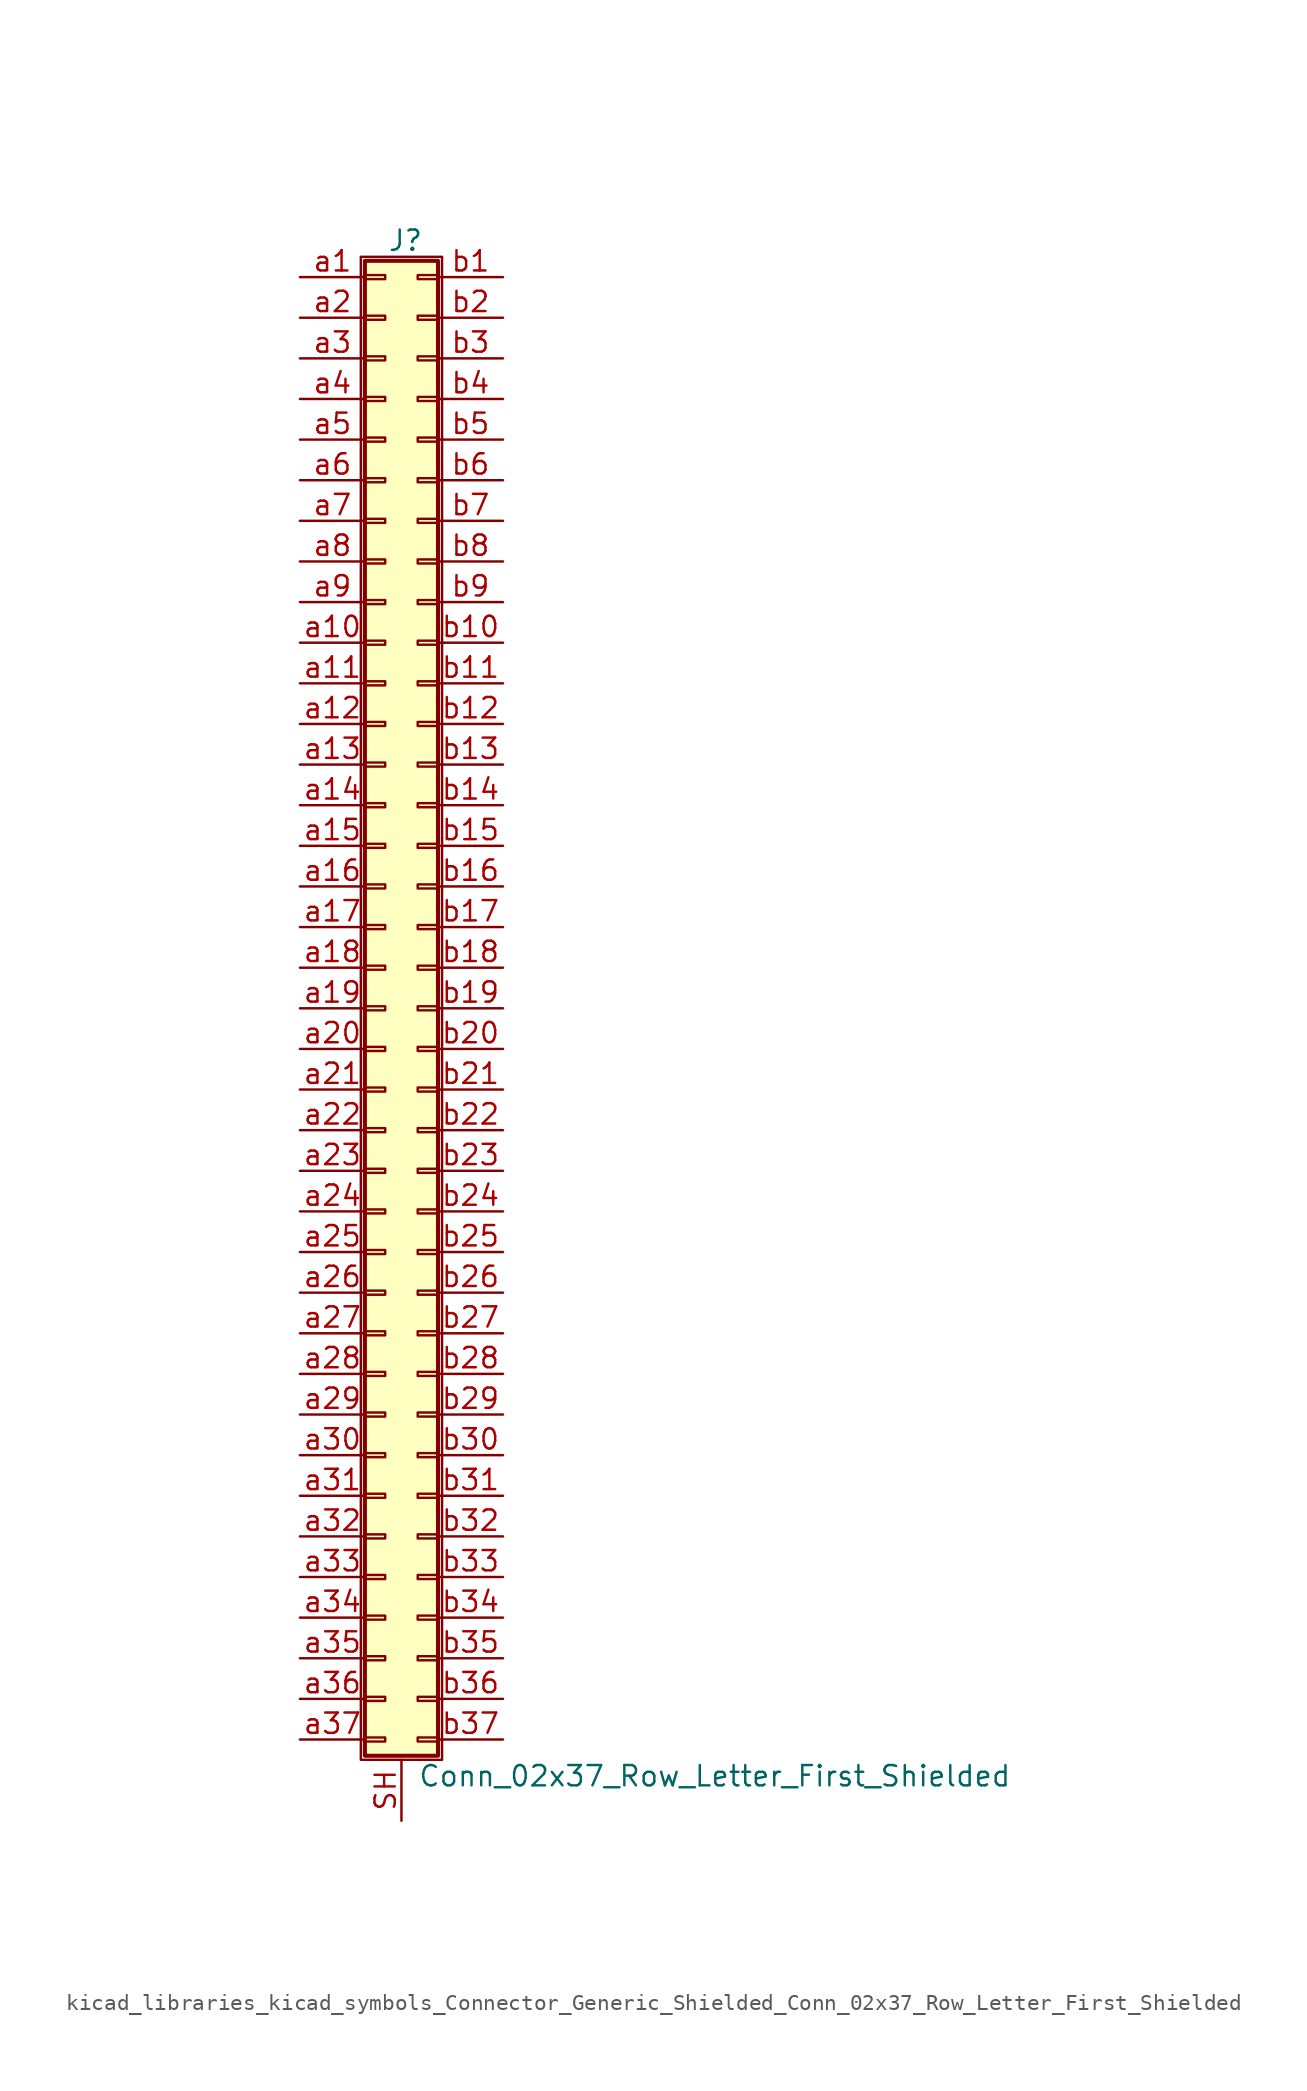
<source format=kicad_sym>
(kicad_symbol_lib
  (version 20220914)
  (generator kicad_symbol_editor)
  (symbol "kicad_libraries_kicad_symbols_Connector_Generic_Shielded_Conn_02x37_Row_Letter_First_Shielded"
    (pin_names
      (offset 1.016) hide)
    (property "Reference" "J"
      (at 1.524 48.006 0)
      (effects (font (size 1.27 1.27))))
    (property "Value" "Conn_02x37_Row_Letter_First_Shielded"
      (at 2.286 -48.006 0)
      (effects (font (size 1.27 1.27)) (justify left)))
    (symbol "kicad_libraries_kicad_symbols_Connector_Generic_Shielded_Conn_02x37_Row_Letter_First_Shielded_1_1"
      (rectangle (start -1.27 46.99) (end 3.81 -46.99) (stroke (width 0.152) (type default)) (fill (type none)))
      (rectangle (start -1.016 -45.593) (end 0.254 -45.847) (stroke (width 0.152) (type default)) (fill (type none)))
      (rectangle (start -1.016 -43.053) (end 0.254 -43.307) (stroke (width 0.152) (type default)) (fill (type none)))
      (rectangle (start -1.016 -40.513) (end 0.254 -40.767) (stroke (width 0.152) (type default)) (fill (type none)))
      (rectangle (start -1.016 -37.973) (end 0.254 -38.227) (stroke (width 0.152) (type default)) (fill (type none)))
      (rectangle (start -1.016 -35.433) (end 0.254 -35.687) (stroke (width 0.152) (type default)) (fill (type none)))
      (rectangle (start -1.016 -32.893) (end 0.254 -33.147) (stroke (width 0.152) (type default)) (fill (type none)))
      (rectangle (start -1.016 -30.353) (end 0.254 -30.607) (stroke (width 0.152) (type default)) (fill (type none)))
      (rectangle (start -1.016 -27.813) (end 0.254 -28.067) (stroke (width 0.152) (type default)) (fill (type none)))
      (rectangle (start -1.016 -25.273) (end 0.254 -25.527) (stroke (width 0.152) (type default)) (fill (type none)))
      (rectangle (start -1.016 -22.733) (end 0.254 -22.987) (stroke (width 0.152) (type default)) (fill (type none)))
      (rectangle (start -1.016 -20.193) (end 0.254 -20.447) (stroke (width 0.152) (type default)) (fill (type none)))
      (rectangle (start -1.016 -17.653) (end 0.254 -17.907) (stroke (width 0.152) (type default)) (fill (type none)))
      (rectangle (start -1.016 -15.113) (end 0.254 -15.367) (stroke (width 0.152) (type default)) (fill (type none)))
      (rectangle (start -1.016 -12.573) (end 0.254 -12.827) (stroke (width 0.152) (type default)) (fill (type none)))
      (rectangle (start -1.016 -10.033) (end 0.254 -10.287) (stroke (width 0.152) (type default)) (fill (type none)))
      (rectangle (start -1.016 -7.493) (end 0.254 -7.747) (stroke (width 0.152) (type default)) (fill (type none)))
      (rectangle (start -1.016 -4.953) (end 0.254 -5.207) (stroke (width 0.152) (type default)) (fill (type none)))
      (rectangle (start -1.016 -2.413) (end 0.254 -2.667) (stroke (width 0.152) (type default)) (fill (type none)))
      (rectangle (start -1.016 0.127) (end 0.254 -0.127) (stroke (width 0.152) (type default)) (fill (type none)))
      (rectangle (start -1.016 2.667) (end 0.254 2.413) (stroke (width 0.152) (type default)) (fill (type none)))
      (rectangle (start -1.016 5.207) (end 0.254 4.953) (stroke (width 0.152) (type default)) (fill (type none)))
      (rectangle (start -1.016 7.747) (end 0.254 7.493) (stroke (width 0.152) (type default)) (fill (type none)))
      (rectangle (start -1.016 10.287) (end 0.254 10.033) (stroke (width 0.152) (type default)) (fill (type none)))
      (rectangle (start -1.016 12.827) (end 0.254 12.573) (stroke (width 0.152) (type default)) (fill (type none)))
      (rectangle (start -1.016 15.367) (end 0.254 15.113) (stroke (width 0.152) (type default)) (fill (type none)))
      (rectangle (start -1.016 17.907) (end 0.254 17.653) (stroke (width 0.152) (type default)) (fill (type none)))
      (rectangle (start -1.016 20.447) (end 0.254 20.193) (stroke (width 0.152) (type default)) (fill (type none)))
      (rectangle (start -1.016 22.987) (end 0.254 22.733) (stroke (width 0.152) (type default)) (fill (type none)))
      (rectangle (start -1.016 25.527) (end 0.254 25.273) (stroke (width 0.152) (type default)) (fill (type none)))
      (rectangle (start -1.016 28.067) (end 0.254 27.813) (stroke (width 0.152) (type default)) (fill (type none)))
      (rectangle (start -1.016 30.607) (end 0.254 30.353) (stroke (width 0.152) (type default)) (fill (type none)))
      (rectangle (start -1.016 33.147) (end 0.254 32.893) (stroke (width 0.152) (type default)) (fill (type none)))
      (rectangle (start -1.016 35.687) (end 0.254 35.433) (stroke (width 0.152) (type default)) (fill (type none)))
      (rectangle (start -1.016 38.227) (end 0.254 37.973) (stroke (width 0.152) (type default)) (fill (type none)))
      (rectangle (start -1.016 40.767) (end 0.254 40.513) (stroke (width 0.152) (type default)) (fill (type none)))
      (rectangle (start -1.016 43.307) (end 0.254 43.053) (stroke (width 0.152) (type default)) (fill (type none)))
      (rectangle (start -1.016 45.847) (end 0.254 45.593) (stroke (width 0.152) (type default)) (fill (type none)))
      (rectangle (start -1.016 46.736) (end 3.556 -46.736) (stroke (width 0.254) (type default)) (fill (type background)))
      (rectangle (start 3.556 -45.593) (end 2.286 -45.847) (stroke (width 0.152) (type default)) (fill (type none)))
      (rectangle (start 3.556 -43.053) (end 2.286 -43.307) (stroke (width 0.152) (type default)) (fill (type none)))
      (rectangle (start 3.556 -40.513) (end 2.286 -40.767) (stroke (width 0.152) (type default)) (fill (type none)))
      (rectangle (start 3.556 -37.973) (end 2.286 -38.227) (stroke (width 0.152) (type default)) (fill (type none)))
      (rectangle (start 3.556 -35.433) (end 2.286 -35.687) (stroke (width 0.152) (type default)) (fill (type none)))
      (rectangle (start 3.556 -32.893) (end 2.286 -33.147) (stroke (width 0.152) (type default)) (fill (type none)))
      (rectangle (start 3.556 -30.353) (end 2.286 -30.607) (stroke (width 0.152) (type default)) (fill (type none)))
      (rectangle (start 3.556 -27.813) (end 2.286 -28.067) (stroke (width 0.152) (type default)) (fill (type none)))
      (rectangle (start 3.556 -25.273) (end 2.286 -25.527) (stroke (width 0.152) (type default)) (fill (type none)))
      (rectangle (start 3.556 -22.733) (end 2.286 -22.987) (stroke (width 0.152) (type default)) (fill (type none)))
      (rectangle (start 3.556 -20.193) (end 2.286 -20.447) (stroke (width 0.152) (type default)) (fill (type none)))
      (rectangle (start 3.556 -17.653) (end 2.286 -17.907) (stroke (width 0.152) (type default)) (fill (type none)))
      (rectangle (start 3.556 -15.113) (end 2.286 -15.367) (stroke (width 0.152) (type default)) (fill (type none)))
      (rectangle (start 3.556 -12.573) (end 2.286 -12.827) (stroke (width 0.152) (type default)) (fill (type none)))
      (rectangle (start 3.556 -10.033) (end 2.286 -10.287) (stroke (width 0.152) (type default)) (fill (type none)))
      (rectangle (start 3.556 -7.493) (end 2.286 -7.747) (stroke (width 0.152) (type default)) (fill (type none)))
      (rectangle (start 3.556 -4.953) (end 2.286 -5.207) (stroke (width 0.152) (type default)) (fill (type none)))
      (rectangle (start 3.556 -2.413) (end 2.286 -2.667) (stroke (width 0.152) (type default)) (fill (type none)))
      (rectangle (start 3.556 0.127) (end 2.286 -0.127) (stroke (width 0.152) (type default)) (fill (type none)))
      (rectangle (start 3.556 2.667) (end 2.286 2.413) (stroke (width 0.152) (type default)) (fill (type none)))
      (rectangle (start 3.556 5.207) (end 2.286 4.953) (stroke (width 0.152) (type default)) (fill (type none)))
      (rectangle (start 3.556 7.747) (end 2.286 7.493) (stroke (width 0.152) (type default)) (fill (type none)))
      (rectangle (start 3.556 10.287) (end 2.286 10.033) (stroke (width 0.152) (type default)) (fill (type none)))
      (rectangle (start 3.556 12.827) (end 2.286 12.573) (stroke (width 0.152) (type default)) (fill (type none)))
      (rectangle (start 3.556 15.367) (end 2.286 15.113) (stroke (width 0.152) (type default)) (fill (type none)))
      (rectangle (start 3.556 17.907) (end 2.286 17.653) (stroke (width 0.152) (type default)) (fill (type none)))
      (rectangle (start 3.556 20.447) (end 2.286 20.193) (stroke (width 0.152) (type default)) (fill (type none)))
      (rectangle (start 3.556 22.987) (end 2.286 22.733) (stroke (width 0.152) (type default)) (fill (type none)))
      (rectangle (start 3.556 25.527) (end 2.286 25.273) (stroke (width 0.152) (type default)) (fill (type none)))
      (rectangle (start 3.556 28.067) (end 2.286 27.813) (stroke (width 0.152) (type default)) (fill (type none)))
      (rectangle (start 3.556 30.607) (end 2.286 30.353) (stroke (width 0.152) (type default)) (fill (type none)))
      (rectangle (start 3.556 33.147) (end 2.286 32.893) (stroke (width 0.152) (type default)) (fill (type none)))
      (rectangle (start 3.556 35.687) (end 2.286 35.433) (stroke (width 0.152) (type default)) (fill (type none)))
      (rectangle (start 3.556 38.227) (end 2.286 37.973) (stroke (width 0.152) (type default)) (fill (type none)))
      (rectangle (start 3.556 40.767) (end 2.286 40.513) (stroke (width 0.152) (type default)) (fill (type none)))
      (rectangle (start 3.556 43.307) (end 2.286 43.053) (stroke (width 0.152) (type default)) (fill (type none)))
      (rectangle (start 3.556 45.847) (end 2.286 45.593) (stroke (width 0.152) (type default)) (fill (type none)))
      (pin passive line (at 1.27 -50.8 90) (length 3.81) (name "Shield" (effects (font (size 1.27 1.27)))) (number "SH" (effects (font (size 1.27 1.27)))))
      (pin passive line (at -5.08 45.72 0) (length 4.064) (name "Pin_a1" (effects (font (size 1.27 1.27)))) (number "a1" (effects (font (size 1.27 1.27)))))
      (pin passive line (at -5.08 22.86 0) (length 4.064) (name "Pin_a10" (effects (font (size 1.27 1.27)))) (number "a10" (effects (font (size 1.27 1.27)))))
      (pin passive line (at -5.08 20.32 0) (length 4.064) (name "Pin_a11" (effects (font (size 1.27 1.27)))) (number "a11" (effects (font (size 1.27 1.27)))))
      (pin passive line (at -5.08 17.78 0) (length 4.064) (name "Pin_a12" (effects (font (size 1.27 1.27)))) (number "a12" (effects (font (size 1.27 1.27)))))
      (pin passive line (at -5.08 15.24 0) (length 4.064) (name "Pin_a13" (effects (font (size 1.27 1.27)))) (number "a13" (effects (font (size 1.27 1.27)))))
      (pin passive line (at -5.08 12.7 0) (length 4.064) (name "Pin_a14" (effects (font (size 1.27 1.27)))) (number "a14" (effects (font (size 1.27 1.27)))))
      (pin passive line (at -5.08 10.16 0) (length 4.064) (name "Pin_a15" (effects (font (size 1.27 1.27)))) (number "a15" (effects (font (size 1.27 1.27)))))
      (pin passive line (at -5.08 7.62 0) (length 4.064) (name "Pin_a16" (effects (font (size 1.27 1.27)))) (number "a16" (effects (font (size 1.27 1.27)))))
      (pin passive line (at -5.08 5.08 0) (length 4.064) (name "Pin_a17" (effects (font (size 1.27 1.27)))) (number "a17" (effects (font (size 1.27 1.27)))))
      (pin passive line (at -5.08 2.54 0) (length 4.064) (name "Pin_a18" (effects (font (size 1.27 1.27)))) (number "a18" (effects (font (size 1.27 1.27)))))
      (pin passive line (at -5.08 0 0) (length 4.064) (name "Pin_a19" (effects (font (size 1.27 1.27)))) (number "a19" (effects (font (size 1.27 1.27)))))
      (pin passive line (at -5.08 43.18 0) (length 4.064) (name "Pin_a2" (effects (font (size 1.27 1.27)))) (number "a2" (effects (font (size 1.27 1.27)))))
      (pin passive line (at -5.08 -2.54 0) (length 4.064) (name "Pin_a20" (effects (font (size 1.27 1.27)))) (number "a20" (effects (font (size 1.27 1.27)))))
      (pin passive line (at -5.08 -5.08 0) (length 4.064) (name "Pin_a21" (effects (font (size 1.27 1.27)))) (number "a21" (effects (font (size 1.27 1.27)))))
      (pin passive line (at -5.08 -7.62 0) (length 4.064) (name "Pin_a22" (effects (font (size 1.27 1.27)))) (number "a22" (effects (font (size 1.27 1.27)))))
      (pin passive line (at -5.08 -10.16 0) (length 4.064) (name "Pin_a23" (effects (font (size 1.27 1.27)))) (number "a23" (effects (font (size 1.27 1.27)))))
      (pin passive line (at -5.08 -12.7 0) (length 4.064) (name "Pin_a24" (effects (font (size 1.27 1.27)))) (number "a24" (effects (font (size 1.27 1.27)))))
      (pin passive line (at -5.08 -15.24 0) (length 4.064) (name "Pin_a25" (effects (font (size 1.27 1.27)))) (number "a25" (effects (font (size 1.27 1.27)))))
      (pin passive line (at -5.08 -17.78 0) (length 4.064) (name "Pin_a26" (effects (font (size 1.27 1.27)))) (number "a26" (effects (font (size 1.27 1.27)))))
      (pin passive line (at -5.08 -20.32 0) (length 4.064) (name "Pin_a27" (effects (font (size 1.27 1.27)))) (number "a27" (effects (font (size 1.27 1.27)))))
      (pin passive line (at -5.08 -22.86 0) (length 4.064) (name "Pin_a28" (effects (font (size 1.27 1.27)))) (number "a28" (effects (font (size 1.27 1.27)))))
      (pin passive line (at -5.08 -25.4 0) (length 4.064) (name "Pin_a29" (effects (font (size 1.27 1.27)))) (number "a29" (effects (font (size 1.27 1.27)))))
      (pin passive line (at -5.08 40.64 0) (length 4.064) (name "Pin_a3" (effects (font (size 1.27 1.27)))) (number "a3" (effects (font (size 1.27 1.27)))))
      (pin passive line (at -5.08 -27.94 0) (length 4.064) (name "Pin_a30" (effects (font (size 1.27 1.27)))) (number "a30" (effects (font (size 1.27 1.27)))))
      (pin passive line (at -5.08 -30.48 0) (length 4.064) (name "Pin_a31" (effects (font (size 1.27 1.27)))) (number "a31" (effects (font (size 1.27 1.27)))))
      (pin passive line (at -5.08 -33.02 0) (length 4.064) (name "Pin_a32" (effects (font (size 1.27 1.27)))) (number "a32" (effects (font (size 1.27 1.27)))))
      (pin passive line (at -5.08 -35.56 0) (length 4.064) (name "Pin_a33" (effects (font (size 1.27 1.27)))) (number "a33" (effects (font (size 1.27 1.27)))))
      (pin passive line (at -5.08 -38.1 0) (length 4.064) (name "Pin_a34" (effects (font (size 1.27 1.27)))) (number "a34" (effects (font (size 1.27 1.27)))))
      (pin passive line (at -5.08 -40.64 0) (length 4.064) (name "Pin_a35" (effects (font (size 1.27 1.27)))) (number "a35" (effects (font (size 1.27 1.27)))))
      (pin passive line (at -5.08 -43.18 0) (length 4.064) (name "Pin_a36" (effects (font (size 1.27 1.27)))) (number "a36" (effects (font (size 1.27 1.27)))))
      (pin passive line (at -5.08 -45.72 0) (length 4.064) (name "Pin_a37" (effects (font (size 1.27 1.27)))) (number "a37" (effects (font (size 1.27 1.27)))))
      (pin passive line (at -5.08 38.1 0) (length 4.064) (name "Pin_a4" (effects (font (size 1.27 1.27)))) (number "a4" (effects (font (size 1.27 1.27)))))
      (pin passive line (at -5.08 35.56 0) (length 4.064) (name "Pin_a5" (effects (font (size 1.27 1.27)))) (number "a5" (effects (font (size 1.27 1.27)))))
      (pin passive line (at -5.08 33.02 0) (length 4.064) (name "Pin_a6" (effects (font (size 1.27 1.27)))) (number "a6" (effects (font (size 1.27 1.27)))))
      (pin passive line (at -5.08 30.48 0) (length 4.064) (name "Pin_a7" (effects (font (size 1.27 1.27)))) (number "a7" (effects (font (size 1.27 1.27)))))
      (pin passive line (at -5.08 27.94 0) (length 4.064) (name "Pin_a8" (effects (font (size 1.27 1.27)))) (number "a8" (effects (font (size 1.27 1.27)))))
      (pin passive line (at -5.08 25.4 0) (length 4.064) (name "Pin_a9" (effects (font (size 1.27 1.27)))) (number "a9" (effects (font (size 1.27 1.27)))))
      (pin passive line (at 7.62 45.72 180) (length 4.064) (name "Pin_b1" (effects (font (size 1.27 1.27)))) (number "b1" (effects (font (size 1.27 1.27)))))
      (pin passive line (at 7.62 22.86 180) (length 4.064) (name "Pin_b10" (effects (font (size 1.27 1.27)))) (number "b10" (effects (font (size 1.27 1.27)))))
      (pin passive line (at 7.62 20.32 180) (length 4.064) (name "Pin_b11" (effects (font (size 1.27 1.27)))) (number "b11" (effects (font (size 1.27 1.27)))))
      (pin passive line (at 7.62 17.78 180) (length 4.064) (name "Pin_b12" (effects (font (size 1.27 1.27)))) (number "b12" (effects (font (size 1.27 1.27)))))
      (pin passive line (at 7.62 15.24 180) (length 4.064) (name "Pin_b13" (effects (font (size 1.27 1.27)))) (number "b13" (effects (font (size 1.27 1.27)))))
      (pin passive line (at 7.62 12.7 180) (length 4.064) (name "Pin_b14" (effects (font (size 1.27 1.27)))) (number "b14" (effects (font (size 1.27 1.27)))))
      (pin passive line (at 7.62 10.16 180) (length 4.064) (name "Pin_b15" (effects (font (size 1.27 1.27)))) (number "b15" (effects (font (size 1.27 1.27)))))
      (pin passive line (at 7.62 7.62 180) (length 4.064) (name "Pin_b16" (effects (font (size 1.27 1.27)))) (number "b16" (effects (font (size 1.27 1.27)))))
      (pin passive line (at 7.62 5.08 180) (length 4.064) (name "Pin_b17" (effects (font (size 1.27 1.27)))) (number "b17" (effects (font (size 1.27 1.27)))))
      (pin passive line (at 7.62 2.54 180) (length 4.064) (name "Pin_b18" (effects (font (size 1.27 1.27)))) (number "b18" (effects (font (size 1.27 1.27)))))
      (pin passive line (at 7.62 0 180) (length 4.064) (name "Pin_b19" (effects (font (size 1.27 1.27)))) (number "b19" (effects (font (size 1.27 1.27)))))
      (pin passive line (at 7.62 43.18 180) (length 4.064) (name "Pin_b2" (effects (font (size 1.27 1.27)))) (number "b2" (effects (font (size 1.27 1.27)))))
      (pin passive line (at 7.62 -2.54 180) (length 4.064) (name "Pin_b20" (effects (font (size 1.27 1.27)))) (number "b20" (effects (font (size 1.27 1.27)))))
      (pin passive line (at 7.62 -5.08 180) (length 4.064) (name "Pin_b21" (effects (font (size 1.27 1.27)))) (number "b21" (effects (font (size 1.27 1.27)))))
      (pin passive line (at 7.62 -7.62 180) (length 4.064) (name "Pin_b22" (effects (font (size 1.27 1.27)))) (number "b22" (effects (font (size 1.27 1.27)))))
      (pin passive line (at 7.62 -10.16 180) (length 4.064) (name "Pin_b23" (effects (font (size 1.27 1.27)))) (number "b23" (effects (font (size 1.27 1.27)))))
      (pin passive line (at 7.62 -12.7 180) (length 4.064) (name "Pin_b24" (effects (font (size 1.27 1.27)))) (number "b24" (effects (font (size 1.27 1.27)))))
      (pin passive line (at 7.62 -15.24 180) (length 4.064) (name "Pin_b25" (effects (font (size 1.27 1.27)))) (number "b25" (effects (font (size 1.27 1.27)))))
      (pin passive line (at 7.62 -17.78 180) (length 4.064) (name "Pin_b26" (effects (font (size 1.27 1.27)))) (number "b26" (effects (font (size 1.27 1.27)))))
      (pin passive line (at 7.62 -20.32 180) (length 4.064) (name "Pin_b27" (effects (font (size 1.27 1.27)))) (number "b27" (effects (font (size 1.27 1.27)))))
      (pin passive line (at 7.62 -22.86 180) (length 4.064) (name "Pin_b28" (effects (font (size 1.27 1.27)))) (number "b28" (effects (font (size 1.27 1.27)))))
      (pin passive line (at 7.62 -25.4 180) (length 4.064) (name "Pin_b29" (effects (font (size 1.27 1.27)))) (number "b29" (effects (font (size 1.27 1.27)))))
      (pin passive line (at 7.62 40.64 180) (length 4.064) (name "Pin_b3" (effects (font (size 1.27 1.27)))) (number "b3" (effects (font (size 1.27 1.27)))))
      (pin passive line (at 7.62 -27.94 180) (length 4.064) (name "Pin_b30" (effects (font (size 1.27 1.27)))) (number "b30" (effects (font (size 1.27 1.27)))))
      (pin passive line (at 7.62 -30.48 180) (length 4.064) (name "Pin_b31" (effects (font (size 1.27 1.27)))) (number "b31" (effects (font (size 1.27 1.27)))))
      (pin passive line (at 7.62 -33.02 180) (length 4.064) (name "Pin_b32" (effects (font (size 1.27 1.27)))) (number "b32" (effects (font (size 1.27 1.27)))))
      (pin passive line (at 7.62 -35.56 180) (length 4.064) (name "Pin_b33" (effects (font (size 1.27 1.27)))) (number "b33" (effects (font (size 1.27 1.27)))))
      (pin passive line (at 7.62 -38.1 180) (length 4.064) (name "Pin_b34" (effects (font (size 1.27 1.27)))) (number "b34" (effects (font (size 1.27 1.27)))))
      (pin passive line (at 7.62 -40.64 180) (length 4.064) (name "Pin_b35" (effects (font (size 1.27 1.27)))) (number "b35" (effects (font (size 1.27 1.27)))))
      (pin passive line (at 7.62 -43.18 180) (length 4.064) (name "Pin_b36" (effects (font (size 1.27 1.27)))) (number "b36" (effects (font (size 1.27 1.27)))))
      (pin passive line (at 7.62 -45.72 180) (length 4.064) (name "Pin_b37" (effects (font (size 1.27 1.27)))) (number "b37" (effects (font (size 1.27 1.27)))))
      (pin passive line (at 7.62 38.1 180) (length 4.064) (name "Pin_b4" (effects (font (size 1.27 1.27)))) (number "b4" (effects (font (size 1.27 1.27)))))
      (pin passive line (at 7.62 35.56 180) (length 4.064) (name "Pin_b5" (effects (font (size 1.27 1.27)))) (number "b5" (effects (font (size 1.27 1.27)))))
      (pin passive line (at 7.62 33.02 180) (length 4.064) (name "Pin_b6" (effects (font (size 1.27 1.27)))) (number "b6" (effects (font (size 1.27 1.27)))))
      (pin passive line (at 7.62 30.48 180) (length 4.064) (name "Pin_b7" (effects (font (size 1.27 1.27)))) (number "b7" (effects (font (size 1.27 1.27)))))
      (pin passive line (at 7.62 27.94 180) (length 4.064) (name "Pin_b8" (effects (font (size 1.27 1.27)))) (number "b8" (effects (font (size 1.27 1.27)))))
      (pin passive line (at 7.62 25.4 180) (length 4.064) (name "Pin_b9" (effects (font (size 1.27 1.27)))) (number "b9" (effects (font (size 1.27 1.27))))))))
</source>
